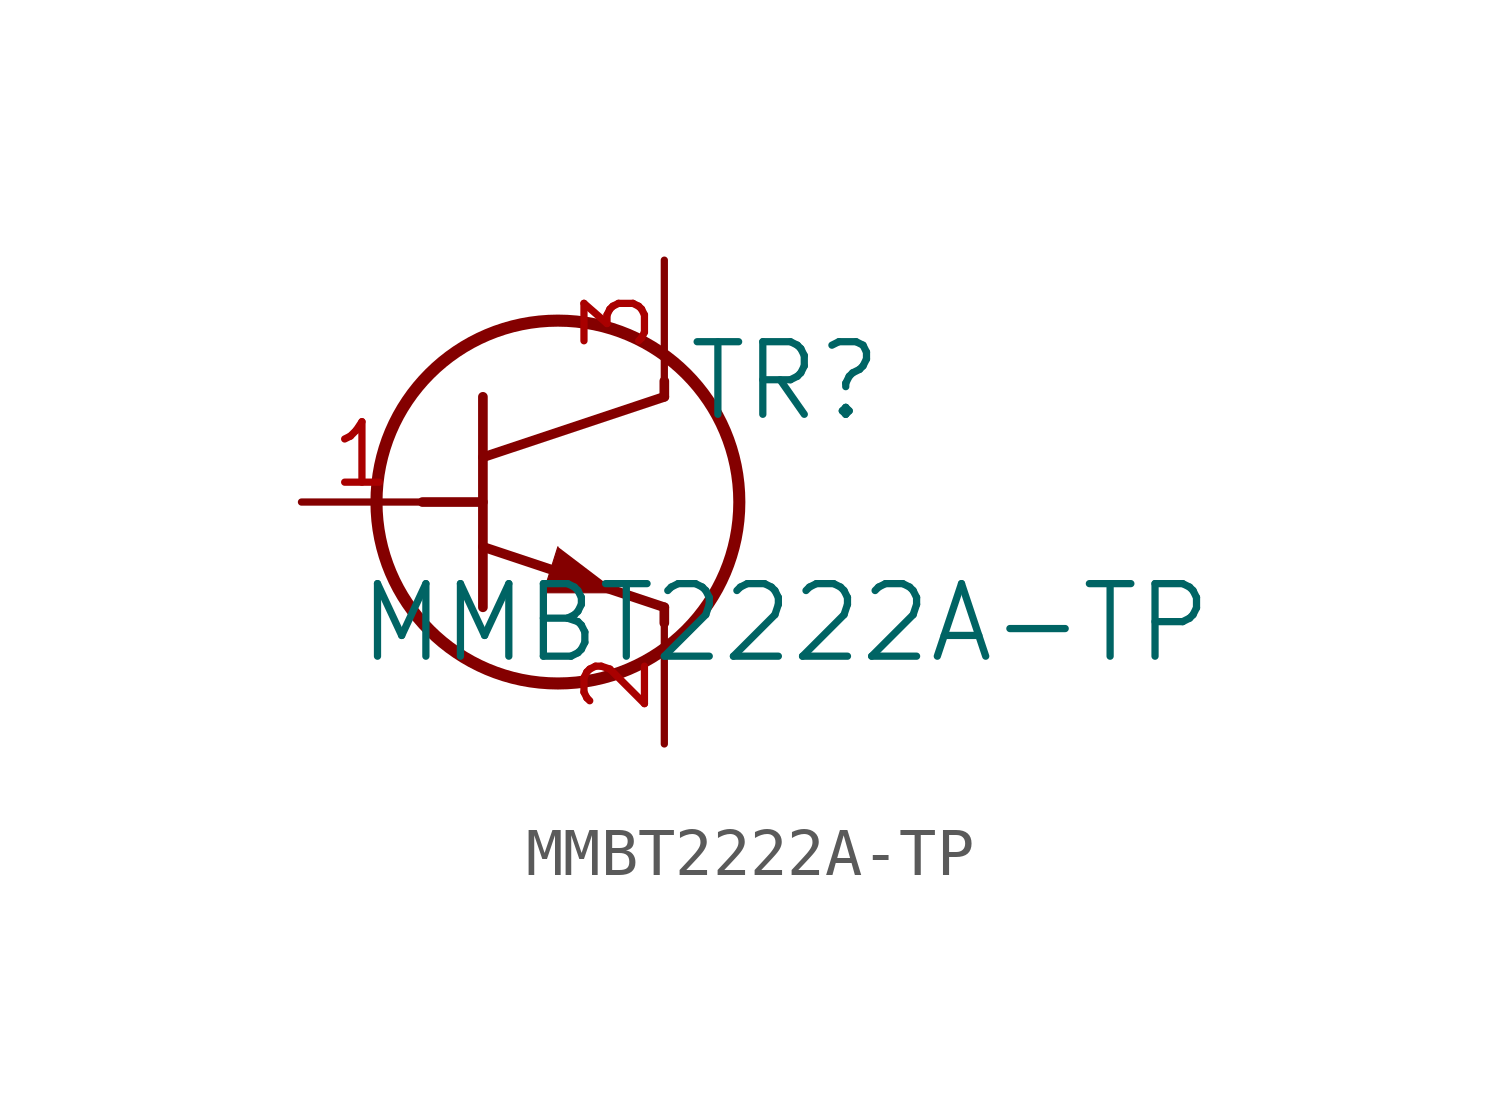
<source format=kicad_sym>
(kicad_symbol_lib
  (version 20211014)
  (generator kicad_symbol_editor)
  (symbol "MMBT2222A-TP"
    (pin_names
      (offset 0.254))
    (property "Reference" "TR"
      (at 10.16 2.54 0)
      (effects (font (size 1.524 1.524))))
    (property "Value" "MMBT2222A-TP"
      (at 10.16 -2.54 0)
      (effects (font (size 1.524 1.524))))
    (symbol "MMBT2222A-TP_0_1"
      (circle (center 5.385 0) (radius 3.81) (stroke (width 0.254) (type default) (color 0 0 0 0)) (fill (type none)))
      (polyline (pts (xy 3.81 -2.21) (xy 3.81 2.21)) (stroke (width 0.203) (type default) (color 0 0 0 0)) (fill (type none)))
      (polyline (pts (xy 3.81 0.94) (xy 7.62 2.21)) (stroke (width 0.203) (type default) (color 0 0 0 0)) (fill (type none)))
      (polyline (pts (xy 3.81 -0.94) (xy 7.62 -2.21)) (stroke (width 0.203) (type default) (color 0 0 0 0)) (fill (type none)))
      (polyline (pts (xy 7.62 -2.54) (xy 7.62 -2.21)) (stroke (width 0.203) (type default) (color 0 0 0 0)) (fill (type none)))
      (polyline (pts (xy 7.62 2.21) (xy 7.62 2.54)) (stroke (width 0.203) (type default) (color 0 0 0 0)) (fill (type none)))
      (polyline (pts (xy 2.54 0) (xy 3.81 0)) (stroke (width 0.203) (type default) (color 0 0 0 0)) (fill (type none)))
      (polyline (pts (xy 5.385 -0.94) (xy 5.08 -1.905) (xy 6.655 -1.905)) (stroke (width 0.025) (type default) (color 0 0 0 0)) (fill (type outline)))
      (pin unspecified line (at 0 0 0) (length 2.54) (name "" (effects (font (size 1.27 1.27)))) (number "1" (effects (font (size 1.27 1.27)))))
      (pin unspecified line (at 7.62 -5.08 90) (length 2.54) (name "" (effects (font (size 1.27 1.27)))) (number "2" (effects (font (size 1.27 1.27)))))
      (pin unspecified line (at 7.62 5.08 270) (length 2.54) (name "" (effects (font (size 1.27 1.27)))) (number "3" (effects (font (size 1.27 1.27))))))))
</source>
